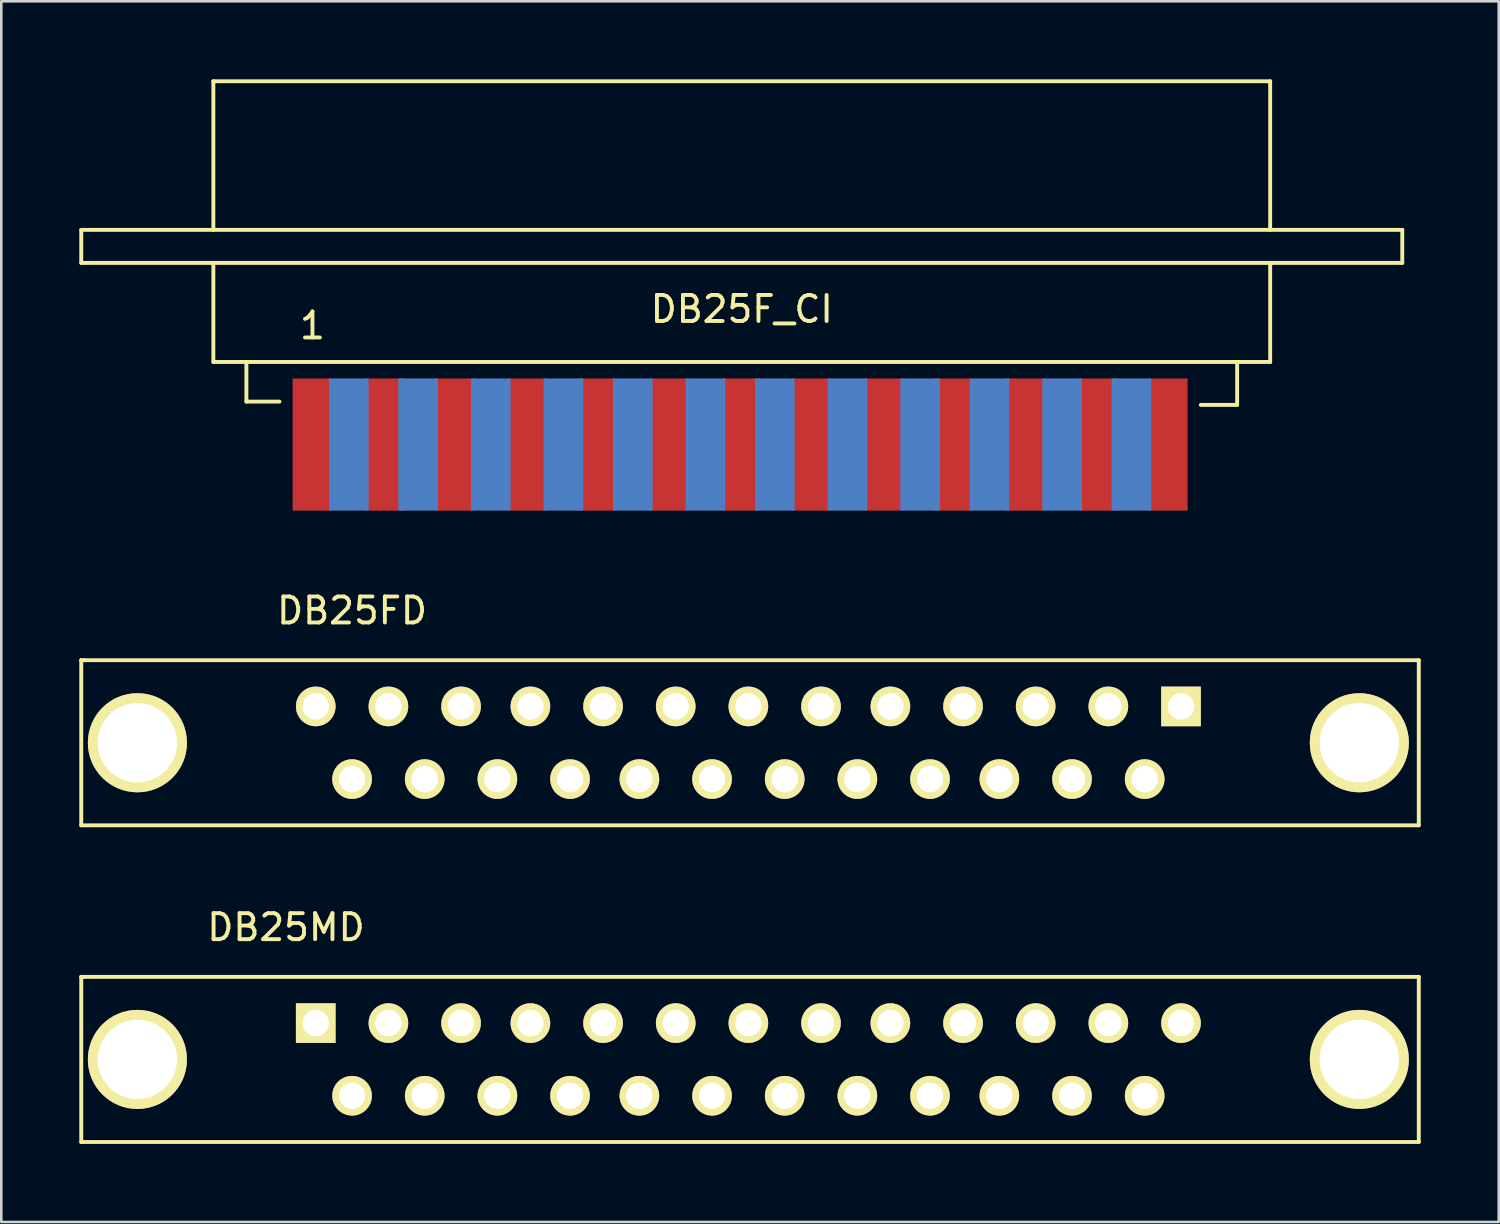
<source format=kicad_pcb>
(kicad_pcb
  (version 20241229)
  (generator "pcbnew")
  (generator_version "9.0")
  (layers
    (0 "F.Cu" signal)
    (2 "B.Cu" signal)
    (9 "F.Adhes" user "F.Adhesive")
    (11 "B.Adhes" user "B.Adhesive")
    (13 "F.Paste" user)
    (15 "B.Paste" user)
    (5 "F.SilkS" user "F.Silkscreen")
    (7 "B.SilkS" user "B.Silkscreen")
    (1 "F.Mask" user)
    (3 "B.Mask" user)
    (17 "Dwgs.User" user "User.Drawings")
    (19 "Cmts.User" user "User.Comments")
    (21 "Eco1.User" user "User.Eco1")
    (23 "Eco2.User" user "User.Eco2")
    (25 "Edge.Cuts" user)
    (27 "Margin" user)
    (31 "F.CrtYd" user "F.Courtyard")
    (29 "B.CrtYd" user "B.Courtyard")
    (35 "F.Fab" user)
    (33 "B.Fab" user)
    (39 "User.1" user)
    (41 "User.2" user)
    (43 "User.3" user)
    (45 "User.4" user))
  (footprint "DB25MD"
    (layer "F.Cu")
    (at 25.729 37.691)
    (property "Reference" "DB25MD" (at -17.78 -5.08 180) (layer "F.SilkS") (effects (font (size 1 1) (thickness 0.15))))
    (attr through_hole)
    (fp_line (start -25.654 -3.175) (end -25.654 -3.175) (stroke (width 0.15) (type solid)) (layer "F.SilkS"))
    (fp_line (start -25.654 -3.175) (end -25.654 3.175) (stroke (width 0.15) (type solid)) (layer "F.SilkS"))
    (fp_line (start -25.654 3.175) (end 25.781 3.175) (stroke (width 0.15) (type solid)) (layer "F.SilkS"))
    (fp_line (start -25.527 -3.175) (end -25.654 -3.175) (stroke (width 0.15) (type solid)) (layer "F.SilkS"))
    (fp_line (start 25.781 -3.175) (end -25.527 -3.175) (stroke (width 0.15) (type solid)) (layer "F.SilkS"))
    (fp_line (start 25.781 3.175) (end 25.781 -3.175) (stroke (width 0.15) (type solid)) (layer "F.SilkS"))
    (pad "0" thru_hole circle (at -23.495 0) (size 3.81 3.81) (drill 3.048) (layers "*.Cu" "*.Mask" "F.SilkS"))
    (pad "0" thru_hole circle (at 23.495 0) (size 3.81 3.81) (drill 3.048) (layers "*.Cu" "*.Mask" "F.SilkS"))
    (pad "1" thru_hole rect (at -16.637 -1.397) (size 1.524 1.524) (drill 1.016) (layers "*.Cu" "*.Mask" "F.SilkS"))
    (pad "2" thru_hole circle (at -13.843 -1.397) (size 1.524 1.524) (drill 1.016) (layers "*.Cu" "*.Mask" "F.SilkS"))
    (pad "3" thru_hole circle (at -11.049 -1.397) (size 1.524 1.524) (drill 1.016) (layers "*.Cu" "*.Mask" "F.SilkS"))
    (pad "4" thru_hole circle (at -8.382 -1.397) (size 1.524 1.524) (drill 1.016) (layers "*.Cu" "*.Mask" "F.SilkS"))
    (pad "5" thru_hole circle (at -5.588 -1.397) (size 1.524 1.524) (drill 1.016) (layers "*.Cu" "*.Mask" "F.SilkS"))
    (pad "6" thru_hole circle (at -2.794 -1.397) (size 1.524 1.524) (drill 1.016) (layers "*.Cu" "*.Mask" "F.SilkS"))
    (pad "7" thru_hole circle (at 0 -1.397) (size 1.524 1.524) (drill 1.016) (layers "*.Cu" "*.Mask" "F.SilkS"))
    (pad "8" thru_hole circle (at 2.794 -1.397) (size 1.524 1.524) (drill 1.016) (layers "*.Cu" "*.Mask" "F.SilkS"))
    (pad "9" thru_hole circle (at 5.461 -1.397) (size 1.524 1.524) (drill 1.016) (layers "*.Cu" "*.Mask" "F.SilkS"))
    (pad "10" thru_hole circle (at 8.255 -1.397) (size 1.524 1.524) (drill 1.016) (layers "*.Cu" "*.Mask" "F.SilkS"))
    (pad "11" thru_hole circle (at 11.049 -1.397) (size 1.524 1.524) (drill 1.016) (layers "*.Cu" "*.Mask" "F.SilkS"))
    (pad "12" thru_hole circle (at 13.843 -1.397) (size 1.524 1.524) (drill 1.016) (layers "*.Cu" "*.Mask" "F.SilkS"))
    (pad "13" thru_hole circle (at 16.637 -1.397) (size 1.524 1.524) (drill 1.016) (layers "*.Cu" "*.Mask" "F.SilkS"))
    (pad "14" thru_hole circle (at -15.24 1.397) (size 1.524 1.524) (drill 1.016) (layers "*.Cu" "*.Mask" "F.SilkS"))
    (pad "15" thru_hole circle (at -12.446 1.397) (size 1.524 1.524) (drill 1.016) (layers "*.Cu" "*.Mask" "F.SilkS"))
    (pad "16" thru_hole circle (at -9.652 1.397) (size 1.524 1.524) (drill 1.016) (layers "*.Cu" "*.Mask" "F.SilkS"))
    (pad "17" thru_hole circle (at -6.858 1.397) (size 1.524 1.524) (drill 1.016) (layers "*.Cu" "*.Mask" "F.SilkS"))
    (pad "18" thru_hole circle (at -4.191 1.397) (size 1.524 1.524) (drill 1.016) (layers "*.Cu" "*.Mask" "F.SilkS"))
    (pad "19" thru_hole circle (at -1.397 1.397) (size 1.524 1.524) (drill 1.016) (layers "*.Cu" "*.Mask" "F.SilkS"))
    (pad "20" thru_hole circle (at 1.397 1.397) (size 1.524 1.524) (drill 1.016) (layers "*.Cu" "*.Mask" "F.SilkS"))
    (pad "21" thru_hole circle (at 4.191 1.397) (size 1.524 1.524) (drill 1.016) (layers "*.Cu" "*.Mask" "F.SilkS"))
    (pad "22" thru_hole circle (at 6.985 1.397) (size 1.524 1.524) (drill 1.016) (layers "*.Cu" "*.Mask" "F.SilkS"))
    (pad "23" thru_hole circle (at 9.652 1.397) (size 1.524 1.524) (drill 1.016) (layers "*.Cu" "*.Mask" "F.SilkS"))
    (pad "24" thru_hole circle (at 12.446 1.397) (size 1.524 1.524) (drill 1.016) (layers "*.Cu" "*.Mask" "F.SilkS"))
    (pad "25" thru_hole circle (at 15.24 1.397) (size 1.524 1.524) (drill 1.016) (layers "*.Cu" "*.Mask" "F.SilkS")))
  (footprint "DB25FD"
    (layer "F.Cu")
    (at 25.729 25.513)
    (property "Reference" "DB25FD" (at -15.24 -5.08 180) (layer "F.SilkS") (effects (font (size 1 1) (thickness 0.15))))
    (attr through_hole)
    (fp_line (start -25.654 -3.175) (end -25.654 -3.175) (stroke (width 0.15) (type solid)) (layer "F.SilkS"))
    (fp_line (start -25.654 -3.175) (end -25.654 3.175) (stroke (width 0.15) (type solid)) (layer "F.SilkS"))
    (fp_line (start -25.654 3.175) (end 25.781 3.175) (stroke (width 0.15) (type solid)) (layer "F.SilkS"))
    (fp_line (start -25.527 -3.175) (end -25.654 -3.175) (stroke (width 0.15) (type solid)) (layer "F.SilkS"))
    (fp_line (start 25.781 -3.175) (end -25.527 -3.175) (stroke (width 0.15) (type solid)) (layer "F.SilkS"))
    (fp_line (start 25.781 3.175) (end 25.781 -3.175) (stroke (width 0.15) (type solid)) (layer "F.SilkS"))
    (pad "0" thru_hole circle (at -23.495 0) (size 3.81 3.81) (drill 3.048) (layers "*.Cu" "*.Mask" "F.SilkS"))
    (pad "0" thru_hole circle (at 23.495 0) (size 3.81 3.81) (drill 3.048) (layers "*.Cu" "*.Mask" "F.SilkS"))
    (pad "1" thru_hole rect (at 16.637 -1.397) (size 1.524 1.524) (drill 1.016) (layers "*.Cu" "*.Mask" "F.SilkS"))
    (pad "2" thru_hole circle (at 13.843 -1.397) (size 1.524 1.524) (drill 1.016) (layers "*.Cu" "*.Mask" "F.SilkS"))
    (pad "3" thru_hole circle (at 11.049 -1.397) (size 1.524 1.524) (drill 1.016) (layers "*.Cu" "*.Mask" "F.SilkS"))
    (pad "4" thru_hole circle (at 8.255 -1.397) (size 1.524 1.524) (drill 1.016) (layers "*.Cu" "*.Mask" "F.SilkS"))
    (pad "5" thru_hole circle (at 5.461 -1.397) (size 1.524 1.524) (drill 1.016) (layers "*.Cu" "*.Mask" "F.SilkS"))
    (pad "6" thru_hole circle (at 2.794 -1.397) (size 1.524 1.524) (drill 1.016) (layers "*.Cu" "*.Mask" "F.SilkS"))
    (pad "7" thru_hole circle (at 0 -1.397) (size 1.524 1.524) (drill 1.016) (layers "*.Cu" "*.Mask" "F.SilkS"))
    (pad "8" thru_hole circle (at -2.794 -1.397) (size 1.524 1.524) (drill 1.016) (layers "*.Cu" "*.Mask" "F.SilkS"))
    (pad "9" thru_hole circle (at -5.588 -1.397) (size 1.524 1.524) (drill 1.016) (layers "*.Cu" "*.Mask" "F.SilkS"))
    (pad "10" thru_hole circle (at -8.382 -1.397) (size 1.524 1.524) (drill 1.016) (layers "*.Cu" "*.Mask" "F.SilkS"))
    (pad "11" thru_hole circle (at -11.049 -1.397) (size 1.524 1.524) (drill 1.016) (layers "*.Cu" "*.Mask" "F.SilkS"))
    (pad "12" thru_hole circle (at -13.843 -1.397) (size 1.524 1.524) (drill 1.016) (layers "*.Cu" "*.Mask" "F.SilkS"))
    (pad "13" thru_hole circle (at -16.637 -1.397) (size 1.524 1.524) (drill 1.016) (layers "*.Cu" "*.Mask" "F.SilkS"))
    (pad "14" thru_hole circle (at 15.24 1.397) (size 1.524 1.524) (drill 1.016) (layers "*.Cu" "*.Mask" "F.SilkS"))
    (pad "15" thru_hole circle (at 12.446 1.397) (size 1.524 1.524) (drill 1.016) (layers "*.Cu" "*.Mask" "F.SilkS"))
    (pad "16" thru_hole circle (at 9.652 1.397) (size 1.524 1.524) (drill 1.016) (layers "*.Cu" "*.Mask" "F.SilkS"))
    (pad "17" thru_hole circle (at 6.985 1.397) (size 1.524 1.524) (drill 1.016) (layers "*.Cu" "*.Mask" "F.SilkS"))
    (pad "18" thru_hole circle (at 4.191 1.397) (size 1.524 1.524) (drill 1.016) (layers "*.Cu" "*.Mask" "F.SilkS"))
    (pad "19" thru_hole circle (at 1.397 1.397) (size 1.524 1.524) (drill 1.016) (layers "*.Cu" "*.Mask" "F.SilkS"))
    (pad "20" thru_hole circle (at -1.397 1.397) (size 1.524 1.524) (drill 1.016) (layers "*.Cu" "*.Mask" "F.SilkS"))
    (pad "21" thru_hole circle (at -4.191 1.397) (size 1.524 1.524) (drill 1.016) (layers "*.Cu" "*.Mask" "F.SilkS"))
    (pad "22" thru_hole circle (at -6.858 1.397) (size 1.524 1.524) (drill 1.016) (layers "*.Cu" "*.Mask" "F.SilkS"))
    (pad "23" thru_hole circle (at -9.652 1.397) (size 1.524 1.524) (drill 1.016) (layers "*.Cu" "*.Mask" "F.SilkS"))
    (pad "24" thru_hole circle (at -12.446 1.397) (size 1.524 1.524) (drill 1.016) (layers "*.Cu" "*.Mask" "F.SilkS"))
    (pad "25" thru_hole circle (at -15.24 1.397) (size 1.524 1.524) (drill 1.016) (layers "*.Cu" "*.Mask" "F.SilkS")))
  (footprint "DB25F_CI"
    (layer "F.Cu")
    (at 25.475 11.378)
    (property "Reference" "DB25F_CI" (at 0 -2.54 180) (layer "F.SilkS") (effects (font (size 1 1) (thickness 0.15))))
    (attr through_hole)
    (fp_line (start -25.4 -5.588) (end 25.4 -5.588) (stroke (width 0.15) (type solid)) (layer "F.SilkS"))
    (fp_line (start -25.4 -4.318) (end -25.4 -5.588) (stroke (width 0.15) (type solid)) (layer "F.SilkS"))
    (fp_line (start -20.32 -11.303) (end 20.32 -11.303) (stroke (width 0.15) (type solid)) (layer "F.SilkS"))
    (fp_line (start -20.32 -5.588) (end -20.32 -11.303) (stroke (width 0.15) (type solid)) (layer "F.SilkS"))
    (fp_line (start -20.32 -4.318) (end -25.4 -4.318) (stroke (width 0.15) (type solid)) (layer "F.SilkS"))
    (fp_line (start -20.32 -4.318) (end 20.32 -4.318) (stroke (width 0.15) (type solid)) (layer "F.SilkS"))
    (fp_line (start -20.32 -0.508) (end -20.32 -4.318) (stroke (width 0.15) (type solid)) (layer "F.SilkS"))
    (fp_line (start -19.05 -0.508) (end -19.05 1.016) (stroke (width 0.15) (type solid)) (layer "F.SilkS"))
    (fp_line (start -19.05 1.016) (end -17.78 1.016) (stroke (width 0.15) (type solid)) (layer "F.SilkS"))
    (fp_line (start 19.05 -0.508) (end 19.05 1.143) (stroke (width 0.15) (type solid)) (layer "F.SilkS"))
    (fp_line (start 19.05 1.143) (end 17.653 1.143) (stroke (width 0.15) (type solid)) (layer "F.SilkS"))
    (fp_line (start 20.32 -11.303) (end 20.32 -5.588) (stroke (width 0.15) (type solid)) (layer "F.SilkS"))
    (fp_line (start 20.32 -4.318) (end 20.32 -0.508) (stroke (width 0.15) (type solid)) (layer "F.SilkS"))
    (fp_line (start 20.32 -0.508) (end -20.32 -0.508) (stroke (width 0.15) (type solid)) (layer "F.SilkS"))
    (fp_line (start 25.4 -5.588) (end 25.4 -4.318) (stroke (width 0.15) (type solid)) (layer "F.SilkS"))
    (fp_line (start 25.4 -4.318) (end 20.32 -4.318) (stroke (width 0.15) (type solid)) (layer "F.SilkS"))
    (fp_text user "1" (at -16.51 -1.905 180) (layer "F.SilkS") (effects (font (size 1 1) (thickness 0.15))))
    (pad "1" connect rect (at -16.51 2.667 90) (size 5.08 1.524) (layers "F.Cu" "F.Mask"))
    (pad "2" connect rect (at -13.716 2.667 90) (size 5.08 1.524) (layers "F.Cu" "F.Mask"))
    (pad "3" connect rect (at -11.049 2.667 90) (size 5.08 1.524) (layers "F.Cu" "F.Mask"))
    (pad "4" connect rect (at -8.255 2.667 90) (size 5.08 1.524) (layers "F.Cu" "F.Mask"))
    (pad "5" connect rect (at -5.588 2.667 90) (size 5.08 1.524) (layers "F.Cu" "F.Mask"))
    (pad "6" connect rect (at -2.794 2.667 90) (size 5.08 1.524) (layers "F.Cu" "F.Mask"))
    (pad "7" connect rect (at 0 2.667 90) (size 5.08 1.524) (layers "F.Cu" "F.Mask"))
    (pad "8" connect rect (at 2.667 2.667 90) (size 5.08 1.524) (layers "F.Cu" "F.Mask"))
    (pad "9" connect rect (at 5.461 2.667 90) (size 5.08 1.524) (layers "F.Cu" "F.Mask"))
    (pad "10" connect rect (at 8.128 2.667 90) (size 5.08 1.524) (layers "F.Cu" "F.Mask"))
    (pad "11" connect rect (at 10.922 2.667 90) (size 5.08 1.524) (layers "F.Cu" "F.Mask"))
    (pad "12" connect rect (at 13.716 2.667 90) (size 5.08 1.524) (layers "F.Cu" "F.Mask"))
    (pad "13" connect rect (at 16.383 2.667 90) (size 5.08 1.524) (layers "F.Cu" "F.Mask"))
    (pad "14" connect rect (at -15.113 2.667 90) (size 5.08 1.524) (layers "B.Cu" "B.Mask"))
    (pad "15" connect rect (at -12.446 2.667 90) (size 5.08 1.524) (layers "B.Cu" "B.Mask"))
    (pad "16" connect rect (at -9.652 2.667 90) (size 5.08 1.524) (layers "B.Cu" "B.Mask"))
    (pad "17" connect rect (at -6.858 2.667 90) (size 5.08 1.524) (layers "B.Cu" "B.Mask"))
    (pad "18" connect rect (at -4.191 2.667 90) (size 5.08 1.524) (layers "B.Cu" "B.Mask"))
    (pad "19" connect rect (at -1.397 2.667 90) (size 5.08 1.524) (layers "B.Cu" "B.Mask"))
    (pad "20" connect rect (at 1.27 2.667 90) (size 5.08 1.524) (layers "B.Cu" "B.Mask"))
    (pad "21" connect rect (at 4.064 2.667 90) (size 5.08 1.524) (layers "B.Cu" "B.Mask"))
    (pad "22" connect rect (at 6.858 2.667 90) (size 5.08 1.524) (layers "B.Cu" "B.Mask"))
    (pad "23" connect rect (at 9.525 2.667 90) (size 5.08 1.524) (layers "B.Cu" "B.Mask"))
    (pad "24" connect rect (at 12.319 2.667 90) (size 5.08 1.524) (layers "B.Cu" "B.Mask"))
    (pad "25" connect rect (at 14.986 2.667 90) (size 5.08 1.524) (layers "B.Cu" "B.Mask")))
  (gr_rect
    (start -3 -3)
    (end 54.585 43.941)
    (stroke (width 0.1) (type default))
    (fill no)
    (layer "Edge.Cuts")))
</source>
